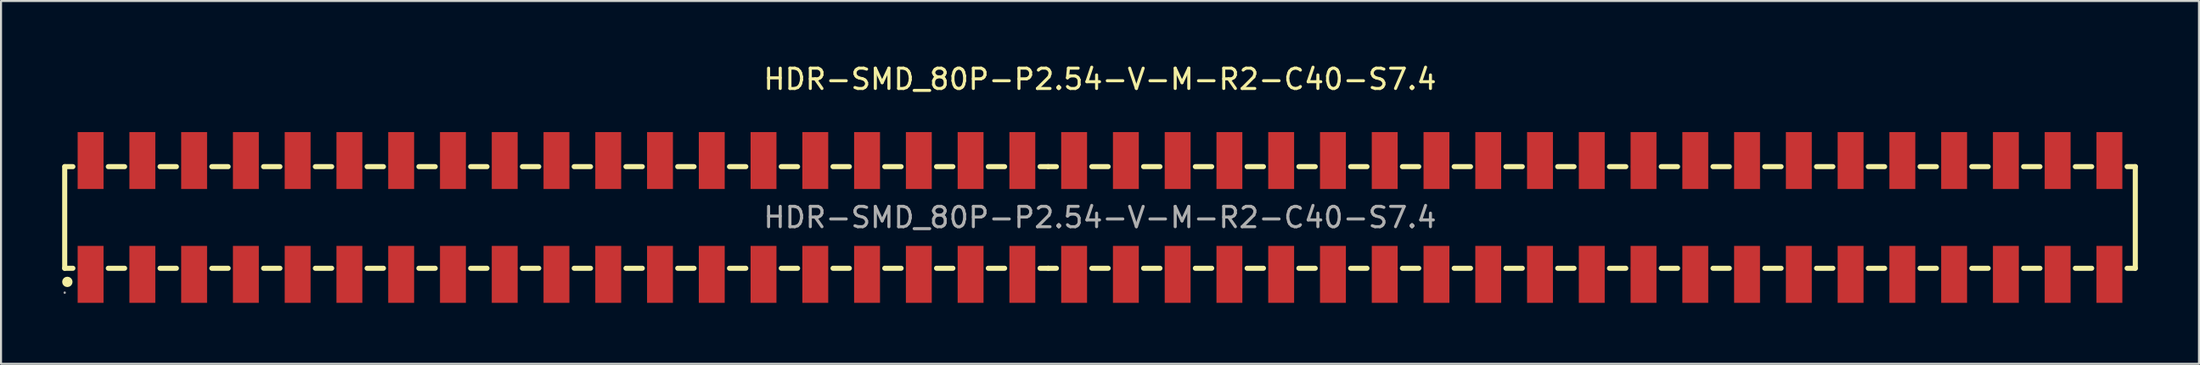
<source format=kicad_pcb>
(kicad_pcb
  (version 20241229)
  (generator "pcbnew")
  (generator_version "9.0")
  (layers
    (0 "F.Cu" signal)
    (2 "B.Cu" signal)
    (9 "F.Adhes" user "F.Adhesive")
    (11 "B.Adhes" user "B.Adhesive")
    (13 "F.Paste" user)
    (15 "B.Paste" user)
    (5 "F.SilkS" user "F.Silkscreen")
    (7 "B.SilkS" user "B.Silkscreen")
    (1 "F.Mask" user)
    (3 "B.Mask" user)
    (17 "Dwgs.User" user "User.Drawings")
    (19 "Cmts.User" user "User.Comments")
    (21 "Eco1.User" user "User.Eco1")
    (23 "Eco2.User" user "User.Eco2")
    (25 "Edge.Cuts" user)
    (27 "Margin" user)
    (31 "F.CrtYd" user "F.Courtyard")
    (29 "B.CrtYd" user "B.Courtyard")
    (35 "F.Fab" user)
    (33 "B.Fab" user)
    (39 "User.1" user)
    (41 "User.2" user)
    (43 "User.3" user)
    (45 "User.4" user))
  (footprint "HDR-SMD_80P-P2.54-V-M-R2-C40-S7.4"
    (layer "F.Cu")
    (at 50.925 7.648)
    (property "Reference" "HDR-SMD_80P-P2.54-V-M-R2-C40-S7.4" (at 0 -6.8 0) (layer "F.SilkS") (effects (font (size 1 1) (thickness 0.15))))
    (attr smd)
    (fp_line (start -50.8 -2.5) (end -50.8 2.5) (stroke (width 0.25) (type solid)) (layer "F.SilkS"))
    (fp_line (start -50.8 2.5) (end -50.4 2.5) (stroke (width 0.25) (type solid)) (layer "F.SilkS"))
    (fp_line (start -50.4 -2.5) (end -50.79 -2.5) (stroke (width 0.25) (type solid)) (layer "F.SilkS"))
    (fp_line (start -48.66 2.5) (end -47.86 2.5) (stroke (width 0.25) (type solid)) (layer "F.SilkS"))
    (fp_line (start -47.86 -2.5) (end -48.66 -2.5) (stroke (width 0.25) (type solid)) (layer "F.SilkS"))
    (fp_line (start -46.12 2.5) (end -45.32 2.5) (stroke (width 0.25) (type solid)) (layer "F.SilkS"))
    (fp_line (start -45.32 -2.5) (end -46.12 -2.5) (stroke (width 0.25) (type solid)) (layer "F.SilkS"))
    (fp_line (start -43.58 2.5) (end -42.78 2.5) (stroke (width 0.25) (type solid)) (layer "F.SilkS"))
    (fp_line (start -42.78 -2.5) (end -43.58 -2.5) (stroke (width 0.25) (type solid)) (layer "F.SilkS"))
    (fp_line (start -41.04 2.5) (end -40.24 2.5) (stroke (width 0.25) (type solid)) (layer "F.SilkS"))
    (fp_line (start -40.24 -2.5) (end -41.04 -2.5) (stroke (width 0.25) (type solid)) (layer "F.SilkS"))
    (fp_line (start -38.5 2.5) (end -37.7 2.5) (stroke (width 0.25) (type solid)) (layer "F.SilkS"))
    (fp_line (start -37.7 -2.5) (end -38.5 -2.5) (stroke (width 0.25) (type solid)) (layer "F.SilkS"))
    (fp_line (start -35.96 2.5) (end -35.16 2.5) (stroke (width 0.25) (type solid)) (layer "F.SilkS"))
    (fp_line (start -35.16 -2.5) (end -35.96 -2.5) (stroke (width 0.25) (type solid)) (layer "F.SilkS"))
    (fp_line (start -33.42 2.5) (end -32.62 2.5) (stroke (width 0.25) (type solid)) (layer "F.SilkS"))
    (fp_line (start -32.62 -2.5) (end -33.42 -2.5) (stroke (width 0.25) (type solid)) (layer "F.SilkS"))
    (fp_line (start -30.88 2.5) (end -30.08 2.5) (stroke (width 0.25) (type solid)) (layer "F.SilkS"))
    (fp_line (start -30.08 -2.5) (end -30.88 -2.5) (stroke (width 0.25) (type solid)) (layer "F.SilkS"))
    (fp_line (start -28.34 2.5) (end -27.54 2.5) (stroke (width 0.25) (type solid)) (layer "F.SilkS"))
    (fp_line (start -27.54 -2.5) (end -28.34 -2.5) (stroke (width 0.25) (type solid)) (layer "F.SilkS"))
    (fp_line (start -25.8 2.5) (end -25 2.5) (stroke (width 0.25) (type solid)) (layer "F.SilkS"))
    (fp_line (start -25 -2.5) (end -25.8 -2.5) (stroke (width 0.25) (type solid)) (layer "F.SilkS"))
    (fp_line (start -23.26 2.5) (end -22.46 2.5) (stroke (width 0.25) (type solid)) (layer "F.SilkS"))
    (fp_line (start -22.46 -2.5) (end -23.26 -2.5) (stroke (width 0.25) (type solid)) (layer "F.SilkS"))
    (fp_line (start -20.72 2.5) (end -19.92 2.5) (stroke (width 0.25) (type solid)) (layer "F.SilkS"))
    (fp_line (start -19.92 -2.5) (end -20.72 -2.5) (stroke (width 0.25) (type solid)) (layer "F.SilkS"))
    (fp_line (start -18.18 2.5) (end -17.38 2.5) (stroke (width 0.25) (type solid)) (layer "F.SilkS"))
    (fp_line (start -17.38 -2.5) (end -18.18 -2.5) (stroke (width 0.25) (type solid)) (layer "F.SilkS"))
    (fp_line (start -15.64 2.5) (end -14.84 2.5) (stroke (width 0.25) (type solid)) (layer "F.SilkS"))
    (fp_line (start -14.84 -2.5) (end -15.64 -2.5) (stroke (width 0.25) (type solid)) (layer "F.SilkS"))
    (fp_line (start -13.1 2.5) (end -12.3 2.5) (stroke (width 0.25) (type solid)) (layer "F.SilkS"))
    (fp_line (start -12.3 -2.5) (end -13.1 -2.5) (stroke (width 0.25) (type solid)) (layer "F.SilkS"))
    (fp_line (start -10.56 2.5) (end -9.76 2.5) (stroke (width 0.25) (type solid)) (layer "F.SilkS"))
    (fp_line (start -9.76 -2.5) (end -10.56 -2.5) (stroke (width 0.25) (type solid)) (layer "F.SilkS"))
    (fp_line (start -8.02 2.5) (end -7.22 2.5) (stroke (width 0.25) (type solid)) (layer "F.SilkS"))
    (fp_line (start -7.22 -2.5) (end -8.02 -2.5) (stroke (width 0.25) (type solid)) (layer "F.SilkS"))
    (fp_line (start -5.48 2.5) (end -4.68 2.5) (stroke (width 0.25) (type solid)) (layer "F.SilkS"))
    (fp_line (start -4.68 -2.5) (end -5.48 -2.5) (stroke (width 0.25) (type solid)) (layer "F.SilkS"))
    (fp_line (start -2.94 2.5) (end -2.54 2.5) (stroke (width 0.25) (type solid)) (layer "F.SilkS"))
    (fp_line (start -2.54 -2.5) (end -2.94 -2.5) (stroke (width 0.25) (type solid)) (layer "F.SilkS"))
    (fp_line (start -2.54 -2.5) (end -2.14 -2.5) (stroke (width 0.25) (type solid)) (layer "F.SilkS"))
    (fp_line (start -2.54 2.5) (end -2.14 2.5) (stroke (width 0.25) (type solid)) (layer "F.SilkS"))
    (fp_line (start -0.4 -2.5) (end 0.4 -2.5) (stroke (width 0.25) (type solid)) (layer "F.SilkS"))
    (fp_line (start -0.4 2.5) (end 0.4 2.5) (stroke (width 0.25) (type solid)) (layer "F.SilkS"))
    (fp_line (start 2.14 -2.5) (end 2.94 -2.5) (stroke (width 0.25) (type solid)) (layer "F.SilkS"))
    (fp_line (start 2.14 2.5) (end 2.94 2.5) (stroke (width 0.25) (type solid)) (layer "F.SilkS"))
    (fp_line (start 4.68 -2.5) (end 5.48 -2.5) (stroke (width 0.25) (type solid)) (layer "F.SilkS"))
    (fp_line (start 4.68 2.5) (end 5.48 2.5) (stroke (width 0.25) (type solid)) (layer "F.SilkS"))
    (fp_line (start 7.22 -2.5) (end 8.02 -2.5) (stroke (width 0.25) (type solid)) (layer "F.SilkS"))
    (fp_line (start 7.22 2.5) (end 8.02 2.5) (stroke (width 0.25) (type solid)) (layer "F.SilkS"))
    (fp_line (start 9.76 -2.5) (end 10.56 -2.5) (stroke (width 0.25) (type solid)) (layer "F.SilkS"))
    (fp_line (start 9.76 2.5) (end 10.56 2.5) (stroke (width 0.25) (type solid)) (layer "F.SilkS"))
    (fp_line (start 12.3 -2.5) (end 13.1 -2.5) (stroke (width 0.25) (type solid)) (layer "F.SilkS"))
    (fp_line (start 12.3 2.5) (end 13.1 2.5) (stroke (width 0.25) (type solid)) (layer "F.SilkS"))
    (fp_line (start 14.84 -2.5) (end 15.64 -2.5) (stroke (width 0.25) (type solid)) (layer "F.SilkS"))
    (fp_line (start 14.84 2.5) (end 15.64 2.5) (stroke (width 0.25) (type solid)) (layer "F.SilkS"))
    (fp_line (start 17.38 -2.5) (end 18.18 -2.5) (stroke (width 0.25) (type solid)) (layer "F.SilkS"))
    (fp_line (start 17.38 2.5) (end 18.18 2.5) (stroke (width 0.25) (type solid)) (layer "F.SilkS"))
    (fp_line (start 19.92 -2.5) (end 20.72 -2.5) (stroke (width 0.25) (type solid)) (layer "F.SilkS"))
    (fp_line (start 19.92 2.5) (end 20.72 2.5) (stroke (width 0.25) (type solid)) (layer "F.SilkS"))
    (fp_line (start 22.46 -2.5) (end 23.26 -2.5) (stroke (width 0.25) (type solid)) (layer "F.SilkS"))
    (fp_line (start 22.46 2.5) (end 23.26 2.5) (stroke (width 0.25) (type solid)) (layer "F.SilkS"))
    (fp_line (start 25 -2.5) (end 25.8 -2.5) (stroke (width 0.25) (type solid)) (layer "F.SilkS"))
    (fp_line (start 25 2.5) (end 25.8 2.5) (stroke (width 0.25) (type solid)) (layer "F.SilkS"))
    (fp_line (start 27.54 -2.5) (end 28.34 -2.5) (stroke (width 0.25) (type solid)) (layer "F.SilkS"))
    (fp_line (start 27.54 2.5) (end 28.34 2.5) (stroke (width 0.25) (type solid)) (layer "F.SilkS"))
    (fp_line (start 30.08 -2.5) (end 30.88 -2.5) (stroke (width 0.25) (type solid)) (layer "F.SilkS"))
    (fp_line (start 30.08 2.5) (end 30.88 2.5) (stroke (width 0.25) (type solid)) (layer "F.SilkS"))
    (fp_line (start 32.62 -2.5) (end 33.42 -2.5) (stroke (width 0.25) (type solid)) (layer "F.SilkS"))
    (fp_line (start 32.62 2.5) (end 33.42 2.5) (stroke (width 0.25) (type solid)) (layer "F.SilkS"))
    (fp_line (start 35.16 -2.5) (end 35.96 -2.5) (stroke (width 0.25) (type solid)) (layer "F.SilkS"))
    (fp_line (start 35.16 2.5) (end 35.96 2.5) (stroke (width 0.25) (type solid)) (layer "F.SilkS"))
    (fp_line (start 37.7 -2.5) (end 38.5 -2.5) (stroke (width 0.25) (type solid)) (layer "F.SilkS"))
    (fp_line (start 37.7 2.5) (end 38.5 2.5) (stroke (width 0.25) (type solid)) (layer "F.SilkS"))
    (fp_line (start 40.24 -2.5) (end 41.04 -2.5) (stroke (width 0.25) (type solid)) (layer "F.SilkS"))
    (fp_line (start 40.24 2.5) (end 41.04 2.5) (stroke (width 0.25) (type solid)) (layer "F.SilkS"))
    (fp_line (start 42.78 -2.5) (end 43.58 -2.5) (stroke (width 0.25) (type solid)) (layer "F.SilkS"))
    (fp_line (start 42.78 2.5) (end 43.58 2.5) (stroke (width 0.25) (type solid)) (layer "F.SilkS"))
    (fp_line (start 45.32 -2.5) (end 46.12 -2.5) (stroke (width 0.25) (type solid)) (layer "F.SilkS"))
    (fp_line (start 45.32 2.5) (end 46.12 2.5) (stroke (width 0.25) (type solid)) (layer "F.SilkS"))
    (fp_line (start 47.86 -2.5) (end 48.66 -2.5) (stroke (width 0.25) (type solid)) (layer "F.SilkS"))
    (fp_line (start 47.86 2.5) (end 48.66 2.5) (stroke (width 0.25) (type solid)) (layer "F.SilkS"))
    (fp_line (start 50.4 -2.5) (end 50.8 -2.5) (stroke (width 0.25) (type solid)) (layer "F.SilkS"))
    (fp_line (start 50.4 2.5) (end 50.8 2.5) (stroke (width 0.25) (type solid)) (layer "F.SilkS"))
    (fp_line (start 50.8 -2.5) (end 50.8 2.5) (stroke (width 0.25) (type solid)) (layer "F.SilkS"))
    (fp_circle (center -50.67 3.17) (end -50.54 3.17) (stroke (width 0.25) (type solid)) (fill no) (layer "F.SilkS"))
    (fp_circle (center -50.8 3.7) (end -50.77 3.7) (stroke (width 0.06) (type solid)) (fill no) (layer "F.Fab"))
    (fp_text user "${REFERENCE}" (at 0 0 0) (layer "F.Fab") (effects (font (size 1 1) (thickness 0.15))))
    (pad "1" smd rect (at -49.53 2.8) (size 1.27 2.8) (layers "F.Cu" "F.Mask" "F.Paste"))
    (pad "2" smd rect (at -49.53 -2.8) (size 1.27 2.8) (layers "F.Cu" "F.Mask" "F.Paste"))
    (pad "3" smd rect (at -46.99 2.8) (size 1.27 2.8) (layers "F.Cu" "F.Mask" "F.Paste"))
    (pad "4" smd rect (at -46.99 -2.8) (size 1.27 2.8) (layers "F.Cu" "F.Mask" "F.Paste"))
    (pad "5" smd rect (at -44.45 2.8) (size 1.27 2.8) (layers "F.Cu" "F.Mask" "F.Paste"))
    (pad "6" smd rect (at -44.45 -2.8) (size 1.27 2.8) (layers "F.Cu" "F.Mask" "F.Paste"))
    (pad "7" smd rect (at -41.91 2.8) (size 1.27 2.8) (layers "F.Cu" "F.Mask" "F.Paste"))
    (pad "8" smd rect (at -41.91 -2.8) (size 1.27 2.8) (layers "F.Cu" "F.Mask" "F.Paste"))
    (pad "9" smd rect (at -39.37 2.8) (size 1.27 2.8) (layers "F.Cu" "F.Mask" "F.Paste"))
    (pad "10" smd rect (at -39.37 -2.8) (size 1.27 2.8) (layers "F.Cu" "F.Mask" "F.Paste"))
    (pad "11" smd rect (at -36.83 2.8) (size 1.27 2.8) (layers "F.Cu" "F.Mask" "F.Paste"))
    (pad "12" smd rect (at -36.83 -2.8) (size 1.27 2.8) (layers "F.Cu" "F.Mask" "F.Paste"))
    (pad "13" smd rect (at -34.29 2.8) (size 1.27 2.8) (layers "F.Cu" "F.Mask" "F.Paste"))
    (pad "14" smd rect (at -34.29 -2.8) (size 1.27 2.8) (layers "F.Cu" "F.Mask" "F.Paste"))
    (pad "15" smd rect (at -31.75 2.8) (size 1.27 2.8) (layers "F.Cu" "F.Mask" "F.Paste"))
    (pad "16" smd rect (at -31.75 -2.8) (size 1.27 2.8) (layers "F.Cu" "F.Mask" "F.Paste"))
    (pad "17" smd rect (at -29.21 2.8) (size 1.27 2.8) (layers "F.Cu" "F.Mask" "F.Paste"))
    (pad "18" smd rect (at -29.21 -2.8) (size 1.27 2.8) (layers "F.Cu" "F.Mask" "F.Paste"))
    (pad "19" smd rect (at -26.67 2.8) (size 1.27 2.8) (layers "F.Cu" "F.Mask" "F.Paste"))
    (pad "20" smd rect (at -26.67 -2.8) (size 1.27 2.8) (layers "F.Cu" "F.Mask" "F.Paste"))
    (pad "21" smd rect (at -24.13 2.8) (size 1.27 2.8) (layers "F.Cu" "F.Mask" "F.Paste"))
    (pad "22" smd rect (at -24.13 -2.8) (size 1.27 2.8) (layers "F.Cu" "F.Mask" "F.Paste"))
    (pad "23" smd rect (at -21.59 2.8) (size 1.27 2.8) (layers "F.Cu" "F.Mask" "F.Paste"))
    (pad "24" smd rect (at -21.59 -2.8) (size 1.27 2.8) (layers "F.Cu" "F.Mask" "F.Paste"))
    (pad "25" smd rect (at -19.05 2.8) (size 1.27 2.8) (layers "F.Cu" "F.Mask" "F.Paste"))
    (pad "26" smd rect (at -19.05 -2.8) (size 1.27 2.8) (layers "F.Cu" "F.Mask" "F.Paste"))
    (pad "27" smd rect (at -16.51 2.8) (size 1.27 2.8) (layers "F.Cu" "F.Mask" "F.Paste"))
    (pad "28" smd rect (at -16.51 -2.8) (size 1.27 2.8) (layers "F.Cu" "F.Mask" "F.Paste"))
    (pad "29" smd rect (at -13.97 2.8) (size 1.27 2.8) (layers "F.Cu" "F.Mask" "F.Paste"))
    (pad "30" smd rect (at -13.97 -2.8) (size 1.27 2.8) (layers "F.Cu" "F.Mask" "F.Paste"))
    (pad "31" smd rect (at -11.43 2.8) (size 1.27 2.8) (layers "F.Cu" "F.Mask" "F.Paste"))
    (pad "32" smd rect (at -11.43 -2.8) (size 1.27 2.8) (layers "F.Cu" "F.Mask" "F.Paste"))
    (pad "33" smd rect (at -8.89 2.8) (size 1.27 2.8) (layers "F.Cu" "F.Mask" "F.Paste"))
    (pad "34" smd rect (at -8.89 -2.8) (size 1.27 2.8) (layers "F.Cu" "F.Mask" "F.Paste"))
    (pad "35" smd rect (at -6.35 2.8) (size 1.27 2.8) (layers "F.Cu" "F.Mask" "F.Paste"))
    (pad "36" smd rect (at -6.35 -2.8) (size 1.27 2.8) (layers "F.Cu" "F.Mask" "F.Paste"))
    (pad "37" smd rect (at -3.81 2.8) (size 1.27 2.8) (layers "F.Cu" "F.Mask" "F.Paste"))
    (pad "38" smd rect (at -3.81 -2.8) (size 1.27 2.8) (layers "F.Cu" "F.Mask" "F.Paste"))
    (pad "39" smd rect (at -1.27 2.8) (size 1.27 2.8) (layers "F.Cu" "F.Mask" "F.Paste"))
    (pad "40" smd rect (at -1.27 -2.8) (size 1.27 2.8) (layers "F.Cu" "F.Mask" "F.Paste"))
    (pad "41" smd rect (at 1.27 2.8) (size 1.27 2.8) (layers "F.Cu" "F.Mask" "F.Paste"))
    (pad "42" smd rect (at 1.27 -2.8) (size 1.27 2.8) (layers "F.Cu" "F.Mask" "F.Paste"))
    (pad "43" smd rect (at 3.81 2.8) (size 1.27 2.8) (layers "F.Cu" "F.Mask" "F.Paste"))
    (pad "44" smd rect (at 3.81 -2.8) (size 1.27 2.8) (layers "F.Cu" "F.Mask" "F.Paste"))
    (pad "45" smd rect (at 6.35 2.8) (size 1.27 2.8) (layers "F.Cu" "F.Mask" "F.Paste"))
    (pad "46" smd rect (at 6.35 -2.8) (size 1.27 2.8) (layers "F.Cu" "F.Mask" "F.Paste"))
    (pad "47" smd rect (at 8.89 2.8) (size 1.27 2.8) (layers "F.Cu" "F.Mask" "F.Paste"))
    (pad "48" smd rect (at 8.89 -2.8) (size 1.27 2.8) (layers "F.Cu" "F.Mask" "F.Paste"))
    (pad "49" smd rect (at 11.43 2.8) (size 1.27 2.8) (layers "F.Cu" "F.Mask" "F.Paste"))
    (pad "50" smd rect (at 11.43 -2.8) (size 1.27 2.8) (layers "F.Cu" "F.Mask" "F.Paste"))
    (pad "51" smd rect (at 13.97 2.8) (size 1.27 2.8) (layers "F.Cu" "F.Mask" "F.Paste"))
    (pad "52" smd rect (at 13.97 -2.8) (size 1.27 2.8) (layers "F.Cu" "F.Mask" "F.Paste"))
    (pad "53" smd rect (at 16.51 2.8) (size 1.27 2.8) (layers "F.Cu" "F.Mask" "F.Paste"))
    (pad "54" smd rect (at 16.51 -2.8) (size 1.27 2.8) (layers "F.Cu" "F.Mask" "F.Paste"))
    (pad "55" smd rect (at 19.05 2.8) (size 1.27 2.8) (layers "F.Cu" "F.Mask" "F.Paste"))
    (pad "56" smd rect (at 19.05 -2.8) (size 1.27 2.8) (layers "F.Cu" "F.Mask" "F.Paste"))
    (pad "57" smd rect (at 21.59 2.8) (size 1.27 2.8) (layers "F.Cu" "F.Mask" "F.Paste"))
    (pad "58" smd rect (at 21.59 -2.8) (size 1.27 2.8) (layers "F.Cu" "F.Mask" "F.Paste"))
    (pad "59" smd rect (at 24.13 2.8) (size 1.27 2.8) (layers "F.Cu" "F.Mask" "F.Paste"))
    (pad "60" smd rect (at 24.13 -2.8) (size 1.27 2.8) (layers "F.Cu" "F.Mask" "F.Paste"))
    (pad "61" smd rect (at 26.67 2.8) (size 1.27 2.8) (layers "F.Cu" "F.Mask" "F.Paste"))
    (pad "62" smd rect (at 26.67 -2.8) (size 1.27 2.8) (layers "F.Cu" "F.Mask" "F.Paste"))
    (pad "63" smd rect (at 29.21 2.8) (size 1.27 2.8) (layers "F.Cu" "F.Mask" "F.Paste"))
    (pad "64" smd rect (at 29.21 -2.8) (size 1.27 2.8) (layers "F.Cu" "F.Mask" "F.Paste"))
    (pad "65" smd rect (at 31.75 2.8) (size 1.27 2.8) (layers "F.Cu" "F.Mask" "F.Paste"))
    (pad "66" smd rect (at 31.75 -2.8) (size 1.27 2.8) (layers "F.Cu" "F.Mask" "F.Paste"))
    (pad "67" smd rect (at 34.29 2.8) (size 1.27 2.8) (layers "F.Cu" "F.Mask" "F.Paste"))
    (pad "68" smd rect (at 34.29 -2.8) (size 1.27 2.8) (layers "F.Cu" "F.Mask" "F.Paste"))
    (pad "69" smd rect (at 36.83 2.8) (size 1.27 2.8) (layers "F.Cu" "F.Mask" "F.Paste"))
    (pad "70" smd rect (at 36.83 -2.8) (size 1.27 2.8) (layers "F.Cu" "F.Mask" "F.Paste"))
    (pad "71" smd rect (at 39.37 2.8) (size 1.27 2.8) (layers "F.Cu" "F.Mask" "F.Paste"))
    (pad "72" smd rect (at 39.37 -2.8) (size 1.27 2.8) (layers "F.Cu" "F.Mask" "F.Paste"))
    (pad "73" smd rect (at 41.91 2.8) (size 1.27 2.8) (layers "F.Cu" "F.Mask" "F.Paste"))
    (pad "74" smd rect (at 41.91 -2.8) (size 1.27 2.8) (layers "F.Cu" "F.Mask" "F.Paste"))
    (pad "75" smd rect (at 44.45 2.8) (size 1.27 2.8) (layers "F.Cu" "F.Mask" "F.Paste"))
    (pad "76" smd rect (at 44.45 -2.8) (size 1.27 2.8) (layers "F.Cu" "F.Mask" "F.Paste"))
    (pad "77" smd rect (at 46.99 2.8) (size 1.27 2.8) (layers "F.Cu" "F.Mask" "F.Paste"))
    (pad "78" smd rect (at 46.99 -2.8) (size 1.27 2.8) (layers "F.Cu" "F.Mask" "F.Paste"))
    (pad "79" smd rect (at 49.53 2.8) (size 1.27 2.8) (layers "F.Cu" "F.Mask" "F.Paste"))
    (pad "80" smd rect (at 49.53 -2.8) (size 1.27 2.8) (layers "F.Cu" "F.Mask" "F.Paste")))
  (gr_rect
    (start -3 -3)
    (end 104.85 14.848)
    (stroke (width 0.1) (type default))
    (fill no)
    (layer "Edge.Cuts")))
</source>
